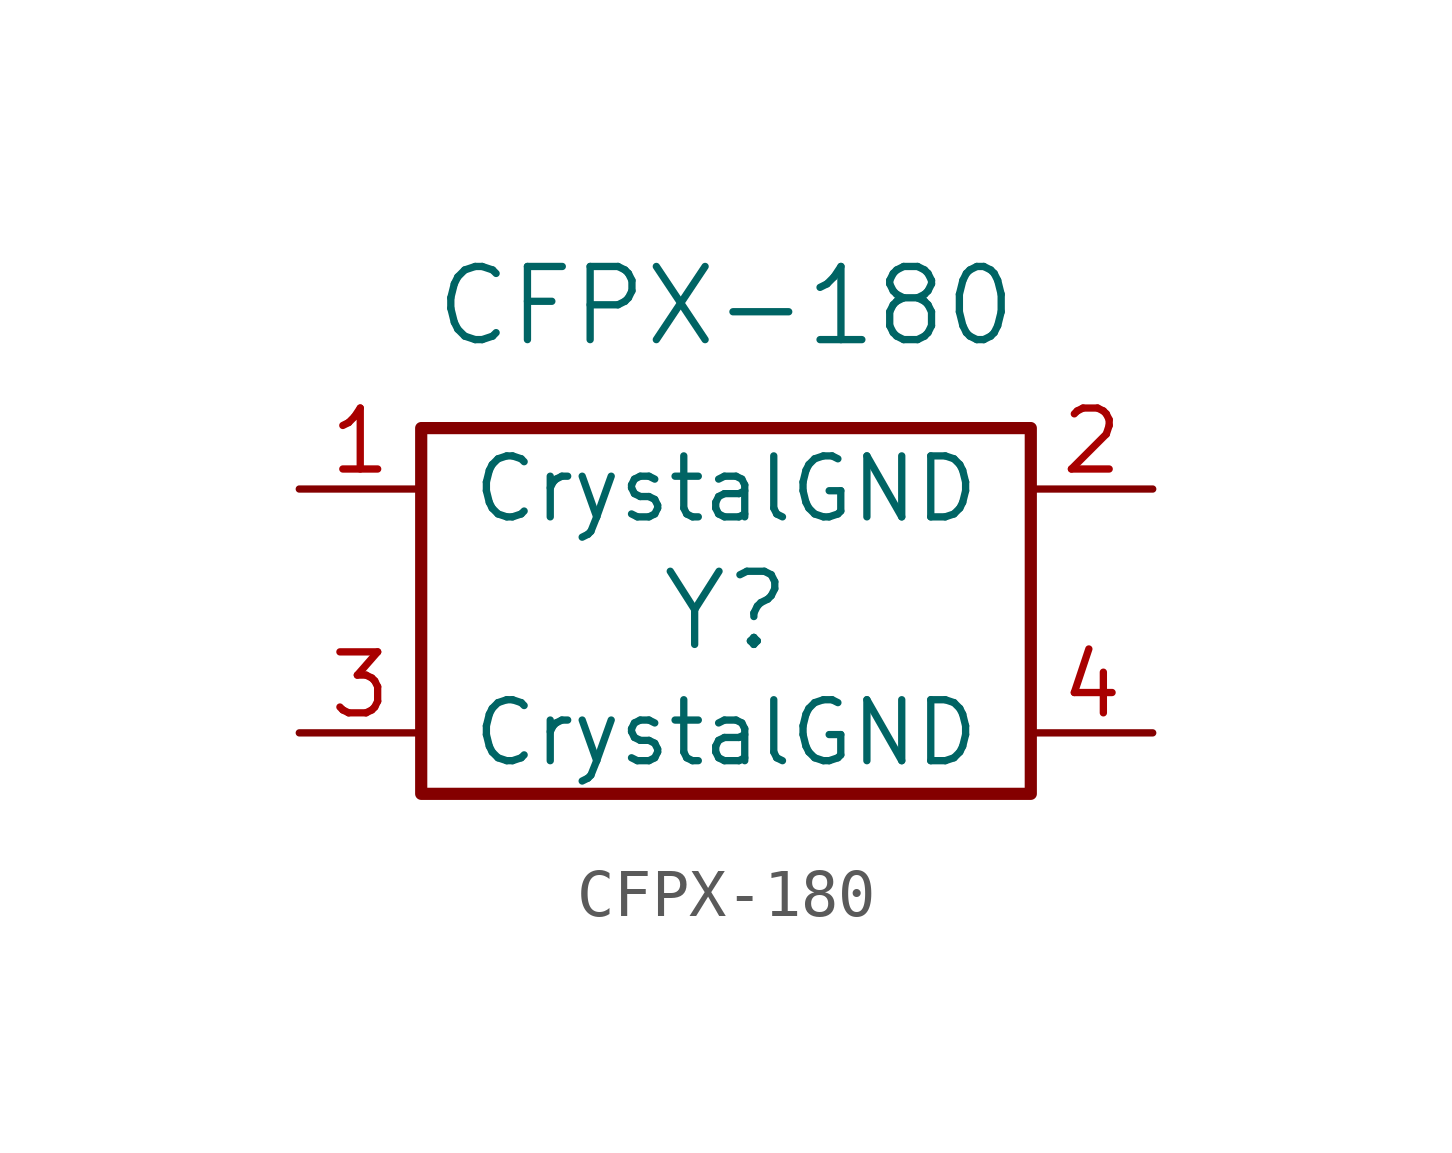
<source format=kicad_sym>
(kicad_symbol_lib
  (version 20241209)
  (generator "kicad_symbol_editor")
  (generator_version "9.0")
  (symbol "CFPX-180"
    (pin_names
      (offset 1.016))
    (property "Reference" "Y"
      (at 0 -3.81 0)
      (effects (font (size 1.524 1.524))))
    (property "Value" "CFPX-180"
      (at 0 2.54 0)
      (effects (font (size 1.524 1.524))))
    (symbol "CFPX-180_0_1"
      (rectangle (start -6.35 0) (end 6.35 -7.62) (stroke (width 0.254) (type solid)) (fill (type none))))
    (symbol "CFPX-180_1_1"
      (pin passive line (at -8.89 -1.27 0) (length 2.54) (name "Crystal" (effects (font (size 1.27 1.27)))) (number "1" (effects (font (size 1.27 1.27)))))
      (pin passive line (at -8.89 -6.35 0) (length 2.54) (name "Crystal" (effects (font (size 1.27 1.27)))) (number "3" (effects (font (size 1.27 1.27)))))
      (pin passive line (at 8.89 -1.27 180) (length 2.54) (name "GND" (effects (font (size 1.27 1.27)))) (number "2" (effects (font (size 1.27 1.27)))))
      (pin passive line (at 8.89 -6.35 180) (length 2.54) (name "GND" (effects (font (size 1.27 1.27)))) (number "4" (effects (font (size 1.27 1.27))))))))
</source>
